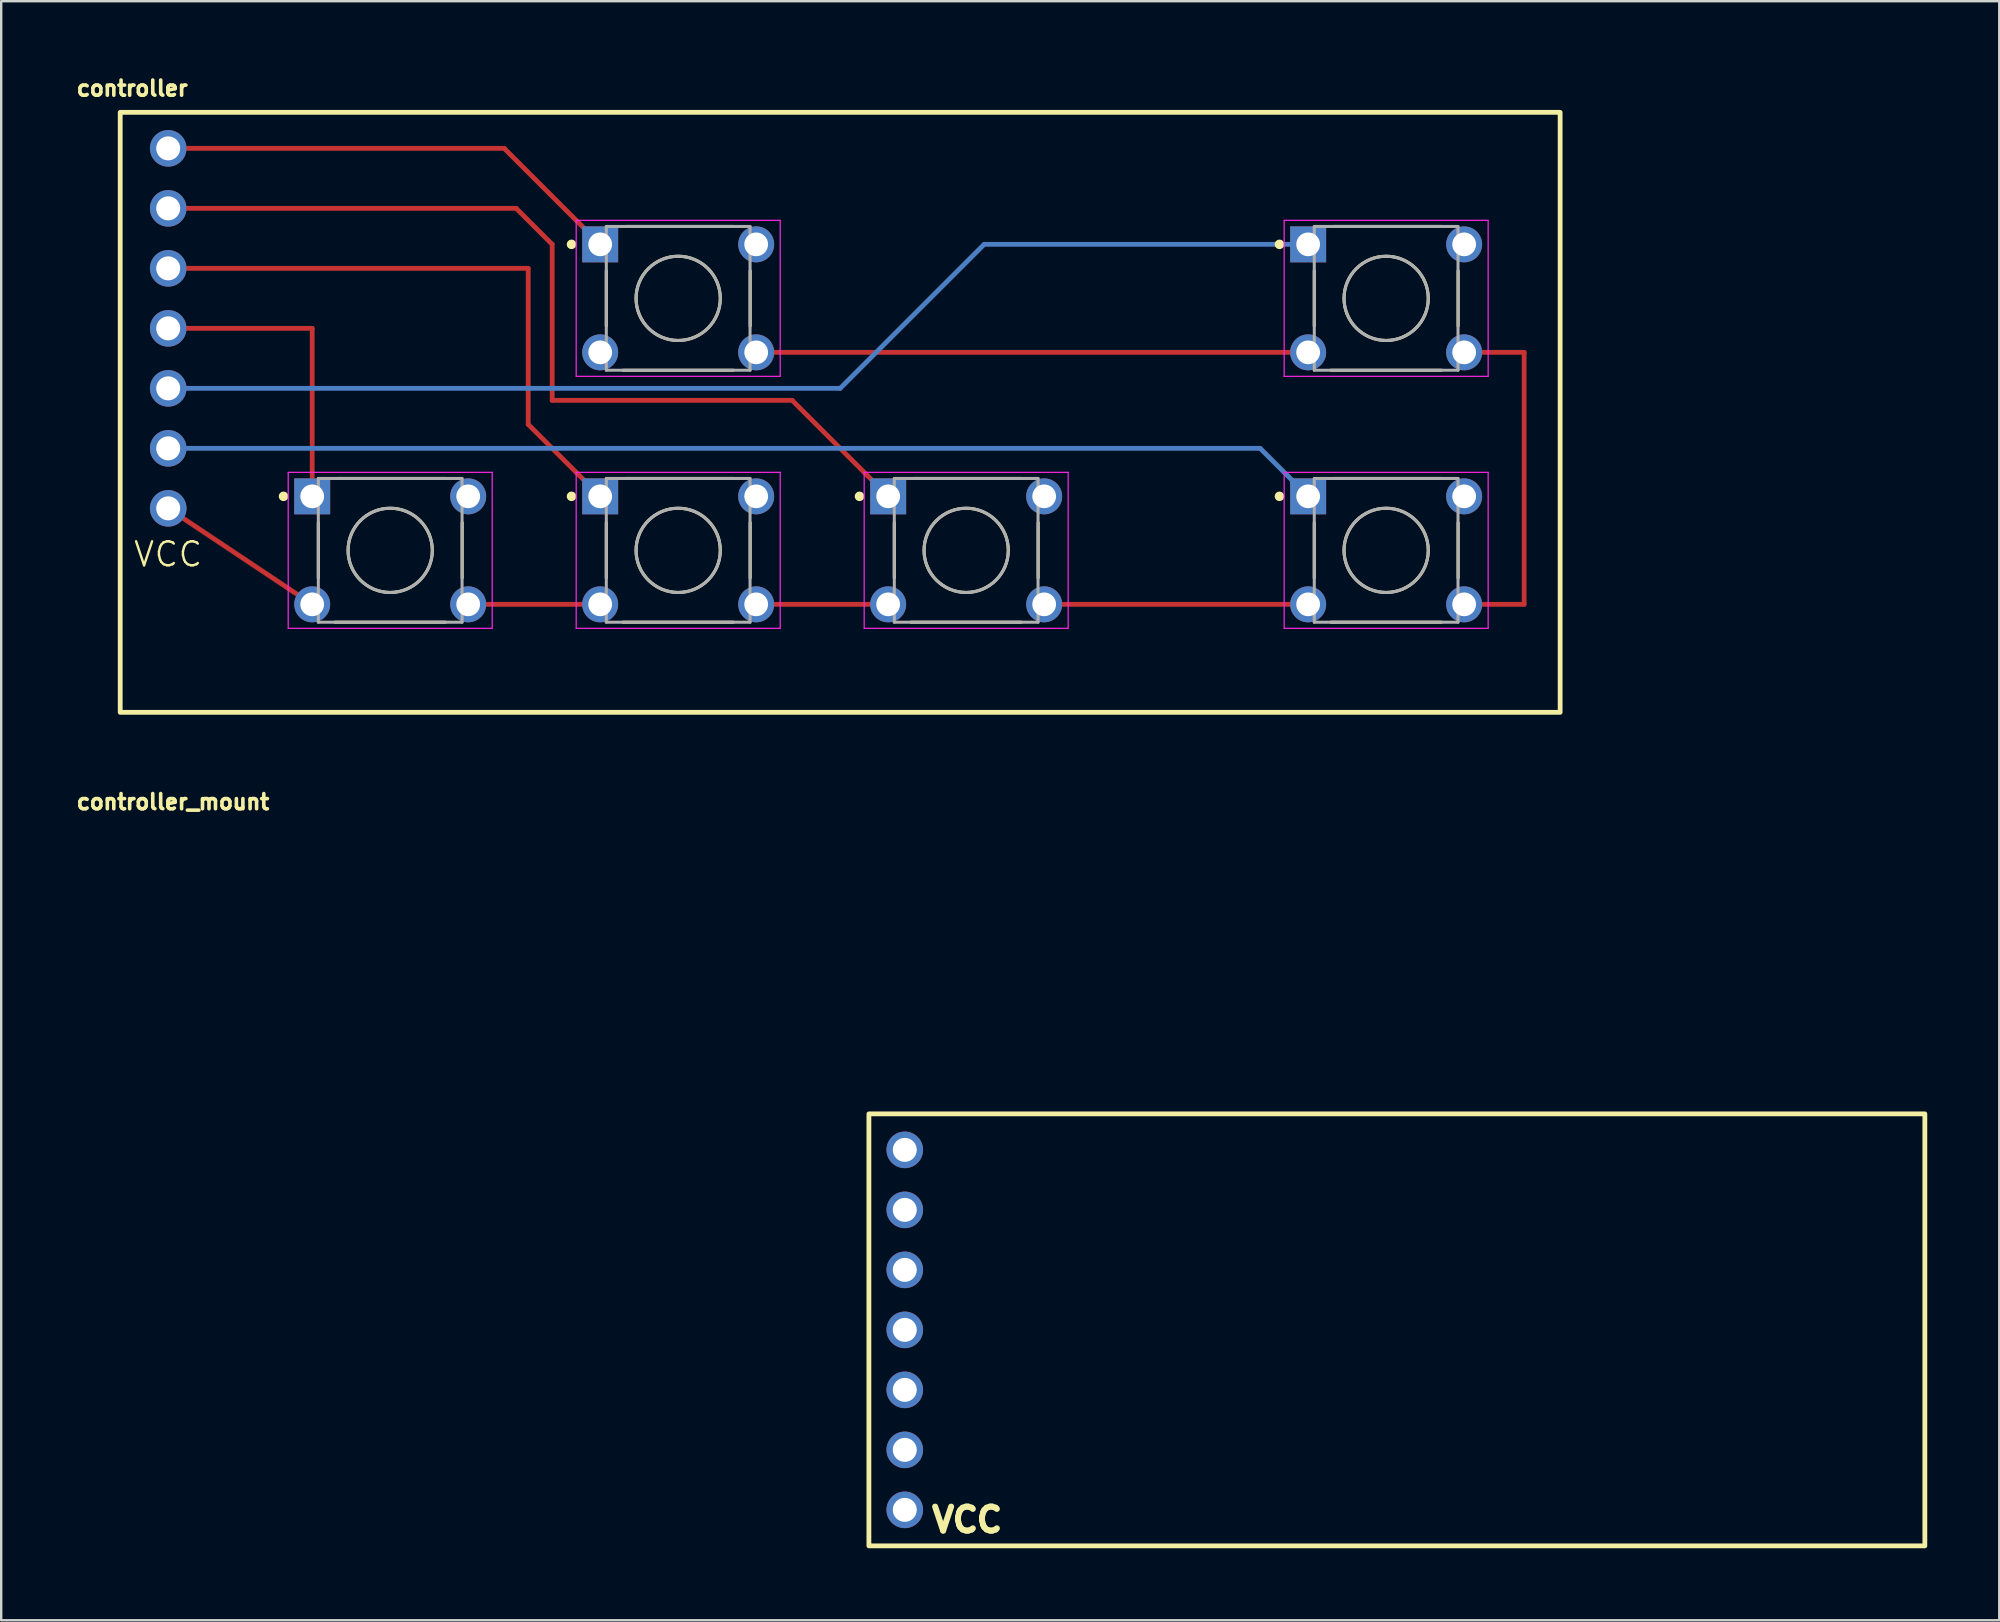
<source format=kicad_pcb>
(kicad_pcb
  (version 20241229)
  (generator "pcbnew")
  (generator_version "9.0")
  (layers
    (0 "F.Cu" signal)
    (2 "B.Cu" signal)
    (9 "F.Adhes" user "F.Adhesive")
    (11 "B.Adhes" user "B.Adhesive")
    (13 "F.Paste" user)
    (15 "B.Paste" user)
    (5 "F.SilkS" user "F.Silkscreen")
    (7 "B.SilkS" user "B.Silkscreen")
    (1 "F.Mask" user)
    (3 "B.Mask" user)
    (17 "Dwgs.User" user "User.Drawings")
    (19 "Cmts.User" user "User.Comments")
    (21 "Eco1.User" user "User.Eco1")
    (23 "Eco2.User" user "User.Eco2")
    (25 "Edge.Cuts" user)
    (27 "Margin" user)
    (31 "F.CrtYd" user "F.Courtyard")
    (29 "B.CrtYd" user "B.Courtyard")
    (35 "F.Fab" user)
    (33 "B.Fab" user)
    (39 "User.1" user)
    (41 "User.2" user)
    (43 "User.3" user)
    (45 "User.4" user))
  (footprint "controller_mount"
    (layer "F.Cu")
    (at 33.156 43.364)
    (property "Reference" "controller_mount" (at -29 -13 0) (layer "F.SilkS") (effects (font (size 0.631 0.631) (thickness 0.15))))
    (attr through_hole)
    (fp_rect (start 0 0) (end 44 18) (stroke (width 0.2) (type default)) (fill no) (layer "F.SilkS"))
    (fp_text user "VCC" (at 2.5 17.5 0) (unlocked yes) (layer "F.SilkS") (effects (font (size 1 1) (thickness 0.25) (bold yes)) (justify left bottom)))
    (pad "1" thru_hole circle (at 1.495 1.5) (size 1.524 1.524) (drill 1) (layers "*.Cu" "*.Mask"))
    (pad "2" thru_hole circle (at 1.495 4) (size 1.524 1.524) (drill 1) (layers "*.Cu" "*.Mask"))
    (pad "3" thru_hole circle (at 1.495 6.5) (size 1.524 1.524) (drill 1) (layers "*.Cu" "*.Mask"))
    (pad "4" thru_hole circle (at 1.495 9) (size 1.524 1.524) (drill 1) (layers "*.Cu" "*.Mask"))
    (pad "5" thru_hole circle (at 1.495 11.5) (size 1.524 1.524) (drill 1) (layers "*.Cu" "*.Mask"))
    (pad "6" thru_hole circle (at 1.495 14) (size 1.524 1.524) (drill 1) (layers "*.Cu" "*.Mask"))
    (pad "7" thru_hole circle (at 1.495 16.5) (size 1.524 1.524) (drill 1) (layers "*.Cu" "*.Mask")))
  (footprint "controller"
    (layer "F.Cu")
    (at 1.959 1.632)
    (property "Reference" "controller" (at 0.5 -1 0) (layer "F.SilkS") (effects (font (size 0.631 0.631) (thickness 0.15))))
    (attr through_hole)
    (fp_line (start 2 16.5) (end 8 20.5) (stroke (width 0.2) (type default)) (layer "F.Cu"))
    (fp_line (start 8 9) (end 2 9) (stroke (width 0.2) (type default)) (layer "F.Cu"))
    (fp_line (start 8 16) (end 8 9) (stroke (width 0.2) (type default)) (layer "F.Cu"))
    (fp_line (start 14.5 20.5) (end 20 20.5) (stroke (width 0.2) (type default)) (layer "F.Cu"))
    (fp_line (start 16 1.5) (end 2 1.5) (stroke (width 0.2) (type default)) (layer "F.Cu"))
    (fp_line (start 16.5 4) (end 2 4) (stroke (width 0.2) (type default)) (layer "F.Cu"))
    (fp_line (start 17 6.5) (end 2 6.5) (stroke (width 0.2) (type default)) (layer "F.Cu"))
    (fp_line (start 17 13) (end 17 6.5) (stroke (width 0.2) (type default)) (layer "F.Cu"))
    (fp_line (start 18 5.5) (end 16.5 4) (stroke (width 0.2) (type default)) (layer "F.Cu"))
    (fp_line (start 18 12) (end 18 5.5) (stroke (width 0.2) (type default)) (layer "F.Cu"))
    (fp_line (start 20 5.5) (end 16 1.5) (stroke (width 0.2) (type default)) (layer "F.Cu"))
    (fp_line (start 20 16) (end 17 13) (stroke (width 0.2) (type default)) (layer "F.Cu"))
    (fp_line (start 26.5 20.5) (end 32 20.5) (stroke (width 0.2) (type default)) (layer "F.Cu"))
    (fp_line (start 28 12) (end 18 12) (stroke (width 0.2) (type default)) (layer "F.Cu"))
    (fp_line (start 32 16) (end 28 12) (stroke (width 0.2) (type default)) (layer "F.Cu"))
    (fp_line (start 38.5 20.5) (end 49.5 20.5) (stroke (width 0.2) (type default)) (layer "F.Cu"))
    (fp_line (start 49.5 10) (end 26.5 10) (stroke (width 0.2) (type default)) (layer "F.Cu"))
    (fp_line (start 56 20.5) (end 58.5 20.5) (stroke (width 0.2) (type default)) (layer "F.Cu"))
    (fp_line (start 58.5 10) (end 56 10) (stroke (width 0.2) (type default)) (layer "F.Cu"))
    (fp_line (start 58.5 20.5) (end 58.5 10) (stroke (width 0.2) (type default)) (layer "F.Cu"))
    (fp_line (start 30 11.5) (end 2 11.5) (stroke (width 0.2) (type default)) (layer "B.Cu"))
    (fp_line (start 36 5.5) (end 30 11.5) (stroke (width 0.2) (type default)) (layer "B.Cu"))
    (fp_line (start 47.5 14) (end 2 14) (stroke (width 0.2) (type default)) (layer "B.Cu"))
    (fp_line (start 49.5 5.5) (end 36 5.5) (stroke (width 0.2) (type default)) (layer "B.Cu"))
    (fp_line (start 49.5 16) (end 47.5 14) (stroke (width 0.2) (type default)) (layer "B.Cu"))
    (fp_line (start 8.255 17.1) (end 8.255 19.4) (stroke (width 0.127) (type solid)) (layer "F.SilkS"))
    (fp_line (start 9.05 15.255) (end 13.55 15.255) (stroke (width 0.127) (type solid)) (layer "F.SilkS"))
    (fp_line (start 13.55 21.245) (end 8.95 21.245) (stroke (width 0.127) (type solid)) (layer "F.SilkS"))
    (fp_line (start 14.25 17.1) (end 14.25 19.4) (stroke (width 0.127) (type solid)) (layer "F.SilkS"))
    (fp_line (start 20.255 6.6) (end 20.255 8.9) (stroke (width 0.127) (type solid)) (layer "F.SilkS"))
    (fp_line (start 20.255 17.1) (end 20.255 19.4) (stroke (width 0.127) (type solid)) (layer "F.SilkS"))
    (fp_line (start 21.05 4.755) (end 25.55 4.755) (stroke (width 0.127) (type solid)) (layer "F.SilkS"))
    (fp_line (start 21.05 15.255) (end 25.55 15.255) (stroke (width 0.127) (type solid)) (layer "F.SilkS"))
    (fp_line (start 25.55 10.745) (end 20.95 10.745) (stroke (width 0.127) (type solid)) (layer "F.SilkS"))
    (fp_line (start 25.55 21.245) (end 20.95 21.245) (stroke (width 0.127) (type solid)) (layer "F.SilkS"))
    (fp_line (start 26.25 6.6) (end 26.25 8.9) (stroke (width 0.127) (type solid)) (layer "F.SilkS"))
    (fp_line (start 26.25 17.1) (end 26.25 19.4) (stroke (width 0.127) (type solid)) (layer "F.SilkS"))
    (fp_line (start 32.255 17.1) (end 32.255 19.4) (stroke (width 0.127) (type solid)) (layer "F.SilkS"))
    (fp_line (start 33.05 15.255) (end 37.55 15.255) (stroke (width 0.127) (type solid)) (layer "F.SilkS"))
    (fp_line (start 37.55 21.245) (end 32.95 21.245) (stroke (width 0.127) (type solid)) (layer "F.SilkS"))
    (fp_line (start 38.25 17.1) (end 38.25 19.4) (stroke (width 0.127) (type solid)) (layer "F.SilkS"))
    (fp_line (start 49.755 6.6) (end 49.755 8.9) (stroke (width 0.127) (type solid)) (layer "F.SilkS"))
    (fp_line (start 49.755 17.1) (end 49.755 19.4) (stroke (width 0.127) (type solid)) (layer "F.SilkS"))
    (fp_line (start 50.55 4.755) (end 55.05 4.755) (stroke (width 0.127) (type solid)) (layer "F.SilkS"))
    (fp_line (start 50.55 15.255) (end 55.05 15.255) (stroke (width 0.127) (type solid)) (layer "F.SilkS"))
    (fp_line (start 55.05 10.745) (end 50.45 10.745) (stroke (width 0.127) (type solid)) (layer "F.SilkS"))
    (fp_line (start 55.05 21.245) (end 50.45 21.245) (stroke (width 0.127) (type solid)) (layer "F.SilkS"))
    (fp_line (start 55.75 6.6) (end 55.75 8.9) (stroke (width 0.127) (type solid)) (layer "F.SilkS"))
    (fp_line (start 55.75 17.1) (end 55.75 19.4) (stroke (width 0.127) (type solid)) (layer "F.SilkS"))
    (fp_rect (start 0 0) (end 60 25) (stroke (width 0.2) (type default)) (fill no) (layer "F.SilkS"))
    (fp_circle (center 6.805 16) (end 6.905 16) (stroke (width 0.2) (type solid)) (fill no) (layer "F.SilkS"))
    (fp_circle (center 11.25 18.25) (end 13.005 18.25) (stroke (width 0.127) (type solid)) (fill no) (layer "F.SilkS"))
    (fp_circle (center 18.805 5.5) (end 18.905 5.5) (stroke (width 0.2) (type solid)) (fill no) (layer "F.SilkS"))
    (fp_circle (center 18.805 16) (end 18.905 16) (stroke (width 0.2) (type solid)) (fill no) (layer "F.SilkS"))
    (fp_circle (center 23.25 7.75) (end 25.005 7.75) (stroke (width 0.127) (type solid)) (fill no) (layer "F.SilkS"))
    (fp_circle (center 23.25 18.25) (end 25.005 18.25) (stroke (width 0.127) (type solid)) (fill no) (layer "F.SilkS"))
    (fp_circle (center 30.805 16) (end 30.905 16) (stroke (width 0.2) (type solid)) (fill no) (layer "F.SilkS"))
    (fp_circle (center 35.25 18.25) (end 37.005 18.25) (stroke (width 0.127) (type solid)) (fill no) (layer "F.SilkS"))
    (fp_circle (center 48.305 5.5) (end 48.405 5.5) (stroke (width 0.2) (type solid)) (fill no) (layer "F.SilkS"))
    (fp_circle (center 48.305 16) (end 48.405 16) (stroke (width 0.2) (type solid)) (fill no) (layer "F.SilkS"))
    (fp_circle (center 52.75 7.75) (end 54.505 7.75) (stroke (width 0.127) (type solid)) (fill no) (layer "F.SilkS"))
    (fp_circle (center 52.75 18.25) (end 54.505 18.25) (stroke (width 0.127) (type solid)) (fill no) (layer "F.SilkS"))
    (fp_line (start 7 15) (end 7 21.5) (stroke (width 0.05) (type solid)) (layer "F.CrtYd"))
    (fp_line (start 7 21.5) (end 15.5 21.5) (stroke (width 0.05) (type solid)) (layer "F.CrtYd"))
    (fp_line (start 15.5 15) (end 7 15) (stroke (width 0.05) (type solid)) (layer "F.CrtYd"))
    (fp_line (start 15.5 21.5) (end 15.5 15) (stroke (width 0.05) (type solid)) (layer "F.CrtYd"))
    (fp_line (start 19 4.5) (end 19 11) (stroke (width 0.05) (type solid)) (layer "F.CrtYd"))
    (fp_line (start 19 11) (end 27.5 11) (stroke (width 0.05) (type solid)) (layer "F.CrtYd"))
    (fp_line (start 19 15) (end 19 21.5) (stroke (width 0.05) (type solid)) (layer "F.CrtYd"))
    (fp_line (start 19 21.5) (end 27.5 21.5) (stroke (width 0.05) (type solid)) (layer "F.CrtYd"))
    (fp_line (start 27.5 4.5) (end 19 4.5) (stroke (width 0.05) (type solid)) (layer "F.CrtYd"))
    (fp_line (start 27.5 11) (end 27.5 4.5) (stroke (width 0.05) (type solid)) (layer "F.CrtYd"))
    (fp_line (start 27.5 15) (end 19 15) (stroke (width 0.05) (type solid)) (layer "F.CrtYd"))
    (fp_line (start 27.5 21.5) (end 27.5 15) (stroke (width 0.05) (type solid)) (layer "F.CrtYd"))
    (fp_line (start 31 15) (end 31 21.5) (stroke (width 0.05) (type solid)) (layer "F.CrtYd"))
    (fp_line (start 31 21.5) (end 39.5 21.5) (stroke (width 0.05) (type solid)) (layer "F.CrtYd"))
    (fp_line (start 39.5 15) (end 31 15) (stroke (width 0.05) (type solid)) (layer "F.CrtYd"))
    (fp_line (start 39.5 21.5) (end 39.5 15) (stroke (width 0.05) (type solid)) (layer "F.CrtYd"))
    (fp_line (start 48.5 4.5) (end 48.5 11) (stroke (width 0.05) (type solid)) (layer "F.CrtYd"))
    (fp_line (start 48.5 11) (end 57 11) (stroke (width 0.05) (type solid)) (layer "F.CrtYd"))
    (fp_line (start 48.5 15) (end 48.5 21.5) (stroke (width 0.05) (type solid)) (layer "F.CrtYd"))
    (fp_line (start 48.5 21.5) (end 57 21.5) (stroke (width 0.05) (type solid)) (layer "F.CrtYd"))
    (fp_line (start 57 4.5) (end 48.5 4.5) (stroke (width 0.05) (type solid)) (layer "F.CrtYd"))
    (fp_line (start 57 11) (end 57 4.5) (stroke (width 0.05) (type solid)) (layer "F.CrtYd"))
    (fp_line (start 57 15) (end 48.5 15) (stroke (width 0.05) (type solid)) (layer "F.CrtYd"))
    (fp_line (start 57 21.5) (end 57 15) (stroke (width 0.05) (type solid)) (layer "F.CrtYd"))
    (fp_line (start 8.255 15.255) (end 8.255 21.245) (stroke (width 0.127) (type solid)) (layer "F.Fab"))
    (fp_line (start 8.255 21.245) (end 14.245 21.245) (stroke (width 0.127) (type solid)) (layer "F.Fab"))
    (fp_line (start 14.245 15.255) (end 8.255 15.255) (stroke (width 0.127) (type solid)) (layer "F.Fab"))
    (fp_line (start 14.245 21.245) (end 14.245 15.255) (stroke (width 0.127) (type solid)) (layer "F.Fab"))
    (fp_line (start 20.255 4.755) (end 20.255 10.745) (stroke (width 0.127) (type solid)) (layer "F.Fab"))
    (fp_line (start 20.255 10.745) (end 26.245 10.745) (stroke (width 0.127) (type solid)) (layer "F.Fab"))
    (fp_line (start 20.255 15.255) (end 20.255 21.245) (stroke (width 0.127) (type solid)) (layer "F.Fab"))
    (fp_line (start 20.255 21.245) (end 26.245 21.245) (stroke (width 0.127) (type solid)) (layer "F.Fab"))
    (fp_line (start 26.245 4.755) (end 20.255 4.755) (stroke (width 0.127) (type solid)) (layer "F.Fab"))
    (fp_line (start 26.245 10.745) (end 26.245 4.755) (stroke (width 0.127) (type solid)) (layer "F.Fab"))
    (fp_line (start 26.245 15.255) (end 20.255 15.255) (stroke (width 0.127) (type solid)) (layer "F.Fab"))
    (fp_line (start 26.245 21.245) (end 26.245 15.255) (stroke (width 0.127) (type solid)) (layer "F.Fab"))
    (fp_line (start 32.255 15.255) (end 32.255 21.245) (stroke (width 0.127) (type solid)) (layer "F.Fab"))
    (fp_line (start 32.255 21.245) (end 38.245 21.245) (stroke (width 0.127) (type solid)) (layer "F.Fab"))
    (fp_line (start 38.245 15.255) (end 32.255 15.255) (stroke (width 0.127) (type solid)) (layer "F.Fab"))
    (fp_line (start 38.245 21.245) (end 38.245 15.255) (stroke (width 0.127) (type solid)) (layer "F.Fab"))
    (fp_line (start 49.755 4.755) (end 49.755 10.745) (stroke (width 0.127) (type solid)) (layer "F.Fab"))
    (fp_line (start 49.755 10.745) (end 55.745 10.745) (stroke (width 0.127) (type solid)) (layer "F.Fab"))
    (fp_line (start 49.755 15.255) (end 49.755 21.245) (stroke (width 0.127) (type solid)) (layer "F.Fab"))
    (fp_line (start 49.755 21.245) (end 55.745 21.245) (stroke (width 0.127) (type solid)) (layer "F.Fab"))
    (fp_line (start 55.745 4.755) (end 49.755 4.755) (stroke (width 0.127) (type solid)) (layer "F.Fab"))
    (fp_line (start 55.745 10.745) (end 55.745 4.755) (stroke (width 0.127) (type solid)) (layer "F.Fab"))
    (fp_line (start 55.745 15.255) (end 49.755 15.255) (stroke (width 0.127) (type solid)) (layer "F.Fab"))
    (fp_line (start 55.745 21.245) (end 55.745 15.255) (stroke (width 0.127) (type solid)) (layer "F.Fab"))
    (fp_circle (center 11.25 18.25) (end 13.005 18.25) (stroke (width 0.127) (type solid)) (fill no) (layer "F.Fab"))
    (fp_circle (center 23.25 7.75) (end 25.005 7.75) (stroke (width 0.127) (type solid)) (fill no) (layer "F.Fab"))
    (fp_circle (center 23.25 18.25) (end 25.005 18.25) (stroke (width 0.127) (type solid)) (fill no) (layer "F.Fab"))
    (fp_circle (center 35.25 18.25) (end 37.005 18.25) (stroke (width 0.127) (type solid)) (fill no) (layer "F.Fab"))
    (fp_circle (center 52.75 7.75) (end 54.505 7.75) (stroke (width 0.127) (type solid)) (fill no) (layer "F.Fab"))
    (fp_circle (center 52.75 18.25) (end 54.505 18.25) (stroke (width 0.127) (type solid)) (fill no) (layer "F.Fab"))
    (fp_text user "VCC" (at 0.5 19 0) (unlocked yes) (layer "F.SilkS") (effects (font (size 1 1) (thickness 0.1)) (justify left bottom)))
    (pad "1" thru_hole rect (at 8 16) (size 1.498 1.498) (drill 0.99) (layers "*.Cu" "*.Mask"))
    (pad "1" thru_hole rect (at 20 5.5) (size 1.498 1.498) (drill 0.99) (layers "*.Cu" "*.Mask"))
    (pad "1" thru_hole rect (at 20 16) (size 1.498 1.498) (drill 0.99) (layers "*.Cu" "*.Mask"))
    (pad "1" thru_hole rect (at 32 16) (size 1.498 1.498) (drill 0.99) (layers "*.Cu" "*.Mask"))
    (pad "1" thru_hole rect (at 49.5 5.5) (size 1.498 1.498) (drill 0.99) (layers "*.Cu" "*.Mask"))
    (pad "1" thru_hole rect (at 49.5 16) (size 1.498 1.498) (drill 0.99) (layers "*.Cu" "*.Mask"))
    (pad "2" thru_hole circle (at 14.5 16) (size 1.498 1.498) (drill 0.99) (layers "*.Cu" "*.Mask"))
    (pad "2" thru_hole circle (at 26.5 5.5) (size 1.498 1.498) (drill 0.99) (layers "*.Cu" "*.Mask"))
    (pad "2" thru_hole circle (at 26.5 16) (size 1.498 1.498) (drill 0.99) (layers "*.Cu" "*.Mask"))
    (pad "2" thru_hole circle (at 38.5 16) (size 1.498 1.498) (drill 0.99) (layers "*.Cu" "*.Mask"))
    (pad "2" thru_hole circle (at 56 5.5) (size 1.498 1.498) (drill 0.99) (layers "*.Cu" "*.Mask"))
    (pad "2" thru_hole circle (at 56 16) (size 1.498 1.498) (drill 0.99) (layers "*.Cu" "*.Mask"))
    (pad "3" thru_hole circle (at 8 20.5) (size 1.498 1.498) (drill 0.99) (layers "*.Cu" "*.Mask"))
    (pad "3" thru_hole circle (at 20 10) (size 1.498 1.498) (drill 0.99) (layers "*.Cu" "*.Mask"))
    (pad "3" thru_hole circle (at 20 20.5) (size 1.498 1.498) (drill 0.99) (layers "*.Cu" "*.Mask"))
    (pad "3" thru_hole circle (at 32 20.5) (size 1.498 1.498) (drill 0.99) (layers "*.Cu" "*.Mask"))
    (pad "3" thru_hole circle (at 49.5 10) (size 1.498 1.498) (drill 0.99) (layers "*.Cu" "*.Mask"))
    (pad "3" thru_hole circle (at 49.5 20.5) (size 1.498 1.498) (drill 0.99) (layers "*.Cu" "*.Mask"))
    (pad "4" thru_hole circle (at 14.5 20.5) (size 1.498 1.498) (drill 0.99) (layers "*.Cu" "*.Mask"))
    (pad "4" thru_hole circle (at 26.5 10) (size 1.498 1.498) (drill 0.99) (layers "*.Cu" "*.Mask"))
    (pad "4" thru_hole circle (at 26.5 20.5) (size 1.498 1.498) (drill 0.99) (layers "*.Cu" "*.Mask"))
    (pad "4" thru_hole circle (at 38.5 20.5) (size 1.498 1.498) (drill 0.99) (layers "*.Cu" "*.Mask"))
    (pad "4" thru_hole circle (at 56 10) (size 1.498 1.498) (drill 0.99) (layers "*.Cu" "*.Mask"))
    (pad "4" thru_hole circle (at 56 20.5) (size 1.498 1.498) (drill 0.99) (layers "*.Cu" "*.Mask"))
    (pad "5" thru_hole circle (at 2 16.5) (size 1.524 1.524) (drill 1) (layers "*.Cu" "*.Mask"))
    (pad "6" thru_hole circle (at 2 1.5) (size 1.524 1.524) (drill 1) (layers "*.Cu" "*.Mask"))
    (pad "7" thru_hole circle (at 2 4) (size 1.524 1.524) (drill 1) (layers "*.Cu" "*.Mask"))
    (pad "8" thru_hole circle (at 2 6.5) (size 1.524 1.524) (drill 1) (layers "*.Cu" "*.Mask"))
    (pad "9" thru_hole circle (at 2 9) (size 1.524 1.524) (drill 1) (layers "*.Cu" "*.Mask"))
    (pad "10" thru_hole circle (at 2 11.5) (size 1.524 1.524) (drill 1) (layers "*.Cu" "*.Mask"))
    (pad "11" thru_hole circle (at 2 14) (size 1.524 1.524) (drill 1) (layers "*.Cu" "*.Mask")))
  (gr_rect
    (start -3 -3)
    (end 80.256 64.464)
    (stroke (width 0.1) (type default))
    (fill no)
    (layer "Edge.Cuts")))
</source>
